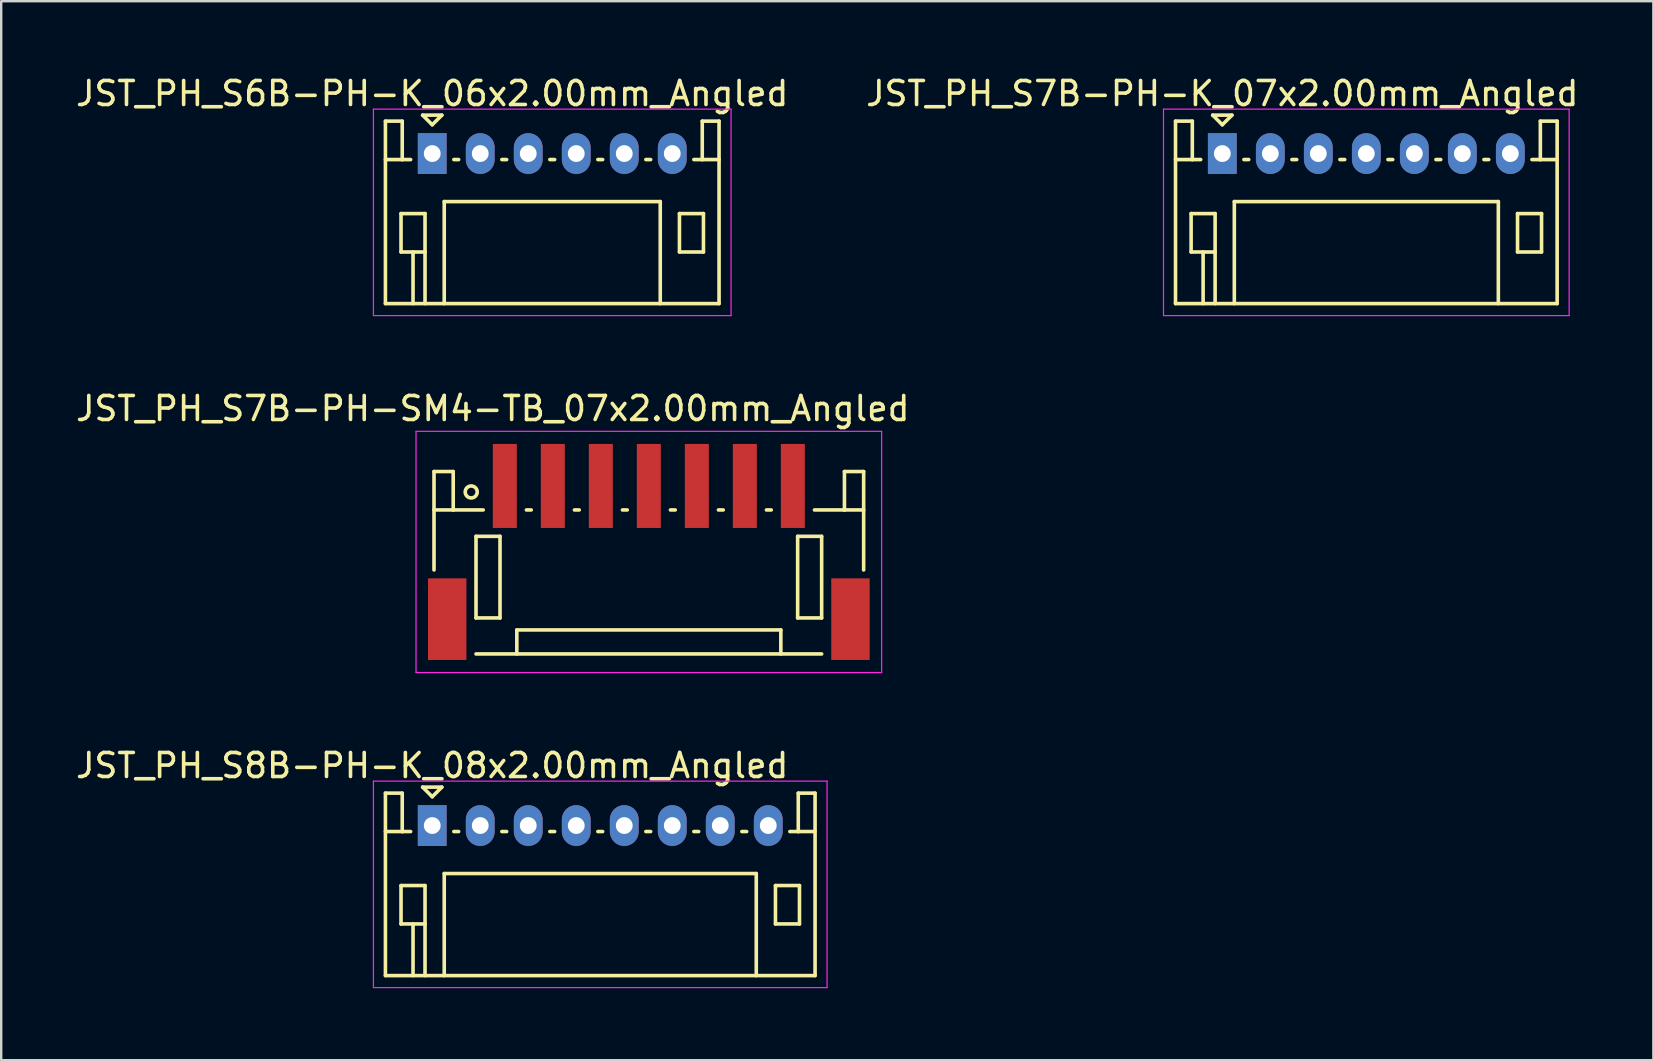
<source format=kicad_pcb>
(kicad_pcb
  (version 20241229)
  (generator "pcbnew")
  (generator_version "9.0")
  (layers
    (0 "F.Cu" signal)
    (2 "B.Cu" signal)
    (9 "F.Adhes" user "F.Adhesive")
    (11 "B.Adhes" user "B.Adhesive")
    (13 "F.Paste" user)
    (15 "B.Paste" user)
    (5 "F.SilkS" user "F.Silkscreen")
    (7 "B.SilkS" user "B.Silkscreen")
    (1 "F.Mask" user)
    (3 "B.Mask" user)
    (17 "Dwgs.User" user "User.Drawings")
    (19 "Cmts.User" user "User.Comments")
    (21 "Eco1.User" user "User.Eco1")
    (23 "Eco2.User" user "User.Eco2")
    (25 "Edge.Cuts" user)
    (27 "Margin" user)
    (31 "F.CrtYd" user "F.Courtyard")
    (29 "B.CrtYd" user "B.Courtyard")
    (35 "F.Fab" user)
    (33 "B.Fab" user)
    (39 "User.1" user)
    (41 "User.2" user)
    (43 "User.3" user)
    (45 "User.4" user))
  (footprint "JST_PH_S6B-PH-K_06x2.00mm_Angled"
    (layer "F.Cu")
    (at 14.958 3.348)
    (property "Reference" "JST_PH_S6B-PH-K_06x2.00mm_Angled" (at 0 -2.5 0) (layer "F.SilkS") (effects (font (size 1 1) (thickness 0.15))))
    (attr through_hole)
    (fp_line (start -1.95 -1.35) (end -1.95 6.25) (stroke (width 0.15) (type solid)) (layer "F.SilkS"))
    (fp_line (start -1.95 0.25) (end -1.25 0.25) (stroke (width 0.15) (type solid)) (layer "F.SilkS"))
    (fp_line (start -1.95 6.25) (end 11.95 6.25) (stroke (width 0.15) (type solid)) (layer "F.SilkS"))
    (fp_line (start -1.3 2.5) (end -1.3 4.1) (stroke (width 0.15) (type solid)) (layer "F.SilkS"))
    (fp_line (start -1.3 4.1) (end -0.3 4.1) (stroke (width 0.15) (type solid)) (layer "F.SilkS"))
    (fp_line (start -1.25 -1.35) (end -1.95 -1.35) (stroke (width 0.15) (type solid)) (layer "F.SilkS"))
    (fp_line (start -1.25 0.25) (end -1.25 -1.35) (stroke (width 0.15) (type solid)) (layer "F.SilkS"))
    (fp_line (start -0.9 0.25) (end -1.25 0.25) (stroke (width 0.15) (type solid)) (layer "F.SilkS"))
    (fp_line (start -0.8 4.1) (end -0.8 6.25) (stroke (width 0.15) (type solid)) (layer "F.SilkS"))
    (fp_line (start -0.4 -1.6) (end 0.4 -1.6) (stroke (width 0.15) (type solid)) (layer "F.SilkS"))
    (fp_line (start -0.3 2.5) (end -1.3 2.5) (stroke (width 0.15) (type solid)) (layer "F.SilkS"))
    (fp_line (start -0.3 4.1) (end -0.3 2.5) (stroke (width 0.15) (type solid)) (layer "F.SilkS"))
    (fp_line (start -0.3 4.1) (end -0.3 6.25) (stroke (width 0.15) (type solid)) (layer "F.SilkS"))
    (fp_line (start 0 -1.2) (end -0.4 -1.6) (stroke (width 0.15) (type solid)) (layer "F.SilkS"))
    (fp_line (start 0.4 -1.6) (end 0 -1.2) (stroke (width 0.15) (type solid)) (layer "F.SilkS"))
    (fp_line (start 0.5 2) (end 9.5 2) (stroke (width 0.15) (type solid)) (layer "F.SilkS"))
    (fp_line (start 0.5 6.25) (end 0.5 2) (stroke (width 0.15) (type solid)) (layer "F.SilkS"))
    (fp_line (start 0.9 0.25) (end 1.1 0.25) (stroke (width 0.15) (type solid)) (layer "F.SilkS"))
    (fp_line (start 2.9 0.25) (end 3.1 0.25) (stroke (width 0.15) (type solid)) (layer "F.SilkS"))
    (fp_line (start 4.9 0.25) (end 5.1 0.25) (stroke (width 0.15) (type solid)) (layer "F.SilkS"))
    (fp_line (start 6.9 0.25) (end 7.1 0.25) (stroke (width 0.15) (type solid)) (layer "F.SilkS"))
    (fp_line (start 8.9 0.25) (end 9.1 0.25) (stroke (width 0.15) (type solid)) (layer "F.SilkS"))
    (fp_line (start 9.5 2) (end 9.5 6.25) (stroke (width 0.15) (type solid)) (layer "F.SilkS"))
    (fp_line (start 10.3 2.5) (end 11.3 2.5) (stroke (width 0.15) (type solid)) (layer "F.SilkS"))
    (fp_line (start 10.3 4.1) (end 10.3 2.5) (stroke (width 0.15) (type solid)) (layer "F.SilkS"))
    (fp_line (start 11.25 -1.35) (end 11.25 0.25) (stroke (width 0.15) (type solid)) (layer "F.SilkS"))
    (fp_line (start 11.25 0.25) (end 10.9 0.25) (stroke (width 0.15) (type solid)) (layer "F.SilkS"))
    (fp_line (start 11.3 2.5) (end 11.3 4.1) (stroke (width 0.15) (type solid)) (layer "F.SilkS"))
    (fp_line (start 11.3 4.1) (end 10.3 4.1) (stroke (width 0.15) (type solid)) (layer "F.SilkS"))
    (fp_line (start 11.95 -1.35) (end 11.25 -1.35) (stroke (width 0.15) (type solid)) (layer "F.SilkS"))
    (fp_line (start 11.95 0.25) (end 11.25 0.25) (stroke (width 0.15) (type solid)) (layer "F.SilkS"))
    (fp_line (start 11.95 6.25) (end 11.95 -1.35) (stroke (width 0.15) (type solid)) (layer "F.SilkS"))
    (fp_line (start -2.45 -1.85) (end 12.45 -1.85) (stroke (width 0.05) (type solid)) (layer "F.CrtYd"))
    (fp_line (start -2.45 6.75) (end -2.45 -1.85) (stroke (width 0.05) (type solid)) (layer "F.CrtYd"))
    (fp_line (start 12.45 -1.85) (end 12.45 6.75) (stroke (width 0.05) (type solid)) (layer "F.CrtYd"))
    (fp_line (start 12.45 6.75) (end -2.45 6.75) (stroke (width 0.05) (type solid)) (layer "F.CrtYd"))
    (pad "1" thru_hole rect (at 0 0) (size 1.2 1.7) (drill 0.7) (layers "*.Cu" "*.Mask"))
    (pad "2" thru_hole oval (at 2 0) (size 1.2 1.7) (drill 0.7) (layers "*.Cu" "*.Mask"))
    (pad "3" thru_hole oval (at 4 0) (size 1.2 1.7) (drill 0.7) (layers "*.Cu" "*.Mask"))
    (pad "4" thru_hole oval (at 6 0) (size 1.2 1.7) (drill 0.7) (layers "*.Cu" "*.Mask"))
    (pad "5" thru_hole oval (at 8 0) (size 1.2 1.7) (drill 0.7) (layers "*.Cu" "*.Mask"))
    (pad "6" thru_hole oval (at 10 0) (size 1.2 1.7) (drill 0.7) (layers "*.Cu" "*.Mask")))
  (footprint "JST_PH_S7B-PH-K_07x2.00mm_Angled"
    (layer "F.Cu")
    (at 47.875 3.348)
    (property "Reference" "JST_PH_S7B-PH-K_07x2.00mm_Angled" (at 0 -2.5 0) (layer "F.SilkS") (effects (font (size 1 1) (thickness 0.15))))
    (attr through_hole)
    (fp_line (start -1.95 -1.35) (end -1.95 6.25) (stroke (width 0.15) (type solid)) (layer "F.SilkS"))
    (fp_line (start -1.95 0.25) (end -1.25 0.25) (stroke (width 0.15) (type solid)) (layer "F.SilkS"))
    (fp_line (start -1.95 6.25) (end 13.95 6.25) (stroke (width 0.15) (type solid)) (layer "F.SilkS"))
    (fp_line (start -1.3 2.5) (end -1.3 4.1) (stroke (width 0.15) (type solid)) (layer "F.SilkS"))
    (fp_line (start -1.3 4.1) (end -0.3 4.1) (stroke (width 0.15) (type solid)) (layer "F.SilkS"))
    (fp_line (start -1.25 -1.35) (end -1.95 -1.35) (stroke (width 0.15) (type solid)) (layer "F.SilkS"))
    (fp_line (start -1.25 0.25) (end -1.25 -1.35) (stroke (width 0.15) (type solid)) (layer "F.SilkS"))
    (fp_line (start -0.9 0.25) (end -1.25 0.25) (stroke (width 0.15) (type solid)) (layer "F.SilkS"))
    (fp_line (start -0.8 4.1) (end -0.8 6.25) (stroke (width 0.15) (type solid)) (layer "F.SilkS"))
    (fp_line (start -0.4 -1.6) (end 0.4 -1.6) (stroke (width 0.15) (type solid)) (layer "F.SilkS"))
    (fp_line (start -0.3 2.5) (end -1.3 2.5) (stroke (width 0.15) (type solid)) (layer "F.SilkS"))
    (fp_line (start -0.3 4.1) (end -0.3 2.5) (stroke (width 0.15) (type solid)) (layer "F.SilkS"))
    (fp_line (start -0.3 4.1) (end -0.3 6.25) (stroke (width 0.15) (type solid)) (layer "F.SilkS"))
    (fp_line (start 0 -1.2) (end -0.4 -1.6) (stroke (width 0.15) (type solid)) (layer "F.SilkS"))
    (fp_line (start 0.4 -1.6) (end 0 -1.2) (stroke (width 0.15) (type solid)) (layer "F.SilkS"))
    (fp_line (start 0.5 2) (end 11.5 2) (stroke (width 0.15) (type solid)) (layer "F.SilkS"))
    (fp_line (start 0.5 6.25) (end 0.5 2) (stroke (width 0.15) (type solid)) (layer "F.SilkS"))
    (fp_line (start 0.9 0.25) (end 1.1 0.25) (stroke (width 0.15) (type solid)) (layer "F.SilkS"))
    (fp_line (start 2.9 0.25) (end 3.1 0.25) (stroke (width 0.15) (type solid)) (layer "F.SilkS"))
    (fp_line (start 4.9 0.25) (end 5.1 0.25) (stroke (width 0.15) (type solid)) (layer "F.SilkS"))
    (fp_line (start 6.9 0.25) (end 7.1 0.25) (stroke (width 0.15) (type solid)) (layer "F.SilkS"))
    (fp_line (start 8.9 0.25) (end 9.1 0.25) (stroke (width 0.15) (type solid)) (layer "F.SilkS"))
    (fp_line (start 10.9 0.25) (end 11.1 0.25) (stroke (width 0.15) (type solid)) (layer "F.SilkS"))
    (fp_line (start 11.5 2) (end 11.5 6.25) (stroke (width 0.15) (type solid)) (layer "F.SilkS"))
    (fp_line (start 12.3 2.5) (end 13.3 2.5) (stroke (width 0.15) (type solid)) (layer "F.SilkS"))
    (fp_line (start 12.3 4.1) (end 12.3 2.5) (stroke (width 0.15) (type solid)) (layer "F.SilkS"))
    (fp_line (start 13.25 -1.35) (end 13.25 0.25) (stroke (width 0.15) (type solid)) (layer "F.SilkS"))
    (fp_line (start 13.25 0.25) (end 12.9 0.25) (stroke (width 0.15) (type solid)) (layer "F.SilkS"))
    (fp_line (start 13.3 2.5) (end 13.3 4.1) (stroke (width 0.15) (type solid)) (layer "F.SilkS"))
    (fp_line (start 13.3 4.1) (end 12.3 4.1) (stroke (width 0.15) (type solid)) (layer "F.SilkS"))
    (fp_line (start 13.95 -1.35) (end 13.25 -1.35) (stroke (width 0.15) (type solid)) (layer "F.SilkS"))
    (fp_line (start 13.95 0.25) (end 13.25 0.25) (stroke (width 0.15) (type solid)) (layer "F.SilkS"))
    (fp_line (start 13.95 6.25) (end 13.95 -1.35) (stroke (width 0.15) (type solid)) (layer "F.SilkS"))
    (fp_line (start -2.45 -1.85) (end 14.45 -1.85) (stroke (width 0.05) (type solid)) (layer "F.CrtYd"))
    (fp_line (start -2.45 6.75) (end -2.45 -1.85) (stroke (width 0.05) (type solid)) (layer "F.CrtYd"))
    (fp_line (start 14.45 -1.85) (end 14.45 6.75) (stroke (width 0.05) (type solid)) (layer "F.CrtYd"))
    (fp_line (start 14.45 6.75) (end -2.45 6.75) (stroke (width 0.05) (type solid)) (layer "F.CrtYd"))
    (pad "1" thru_hole rect (at 0 0) (size 1.2 1.7) (drill 0.7) (layers "*.Cu" "*.Mask"))
    (pad "2" thru_hole oval (at 2 0) (size 1.2 1.7) (drill 0.7) (layers "*.Cu" "*.Mask"))
    (pad "3" thru_hole oval (at 4 0) (size 1.2 1.7) (drill 0.7) (layers "*.Cu" "*.Mask"))
    (pad "4" thru_hole oval (at 6 0) (size 1.2 1.7) (drill 0.7) (layers "*.Cu" "*.Mask"))
    (pad "5" thru_hole oval (at 8 0) (size 1.2 1.7) (drill 0.7) (layers "*.Cu" "*.Mask"))
    (pad "6" thru_hole oval (at 10 0) (size 1.2 1.7) (drill 0.7) (layers "*.Cu" "*.Mask"))
    (pad "7" thru_hole oval (at 12 0) (size 1.2 1.7) (drill 0.7) (layers "*.Cu" "*.Mask")))
  (footprint "JST_PH_S7B-PH-SM4-TB_07x2.00mm_Angled"
    (layer "F.Cu")
    (at 23.982 19.971)
    (property "Reference" "JST_PH_S7B-PH-SM4-TB_07x2.00mm_Angled" (at -6.5 -6 0) (layer "F.SilkS") (effects (font (size 1 1) (thickness 0.15))))
    (attr smd)
    (fp_line (start -8.95 -3.375) (end -8.95 0.725) (stroke (width 0.15) (type solid)) (layer "F.SilkS"))
    (fp_line (start -8.15 -3.375) (end -8.95 -3.375) (stroke (width 0.15) (type solid)) (layer "F.SilkS"))
    (fp_line (start -8.15 -1.775) (end -8.95 -1.775) (stroke (width 0.15) (type solid)) (layer "F.SilkS"))
    (fp_line (start -8.15 -1.775) (end -8.15 -3.375) (stroke (width 0.15) (type solid)) (layer "F.SilkS"))
    (fp_line (start -7.2 -0.675) (end -7.2 2.725) (stroke (width 0.15) (type solid)) (layer "F.SilkS"))
    (fp_line (start -7.2 2.725) (end -6.2 2.725) (stroke (width 0.15) (type solid)) (layer "F.SilkS"))
    (fp_line (start -7.2 4.225) (end 7.2 4.225) (stroke (width 0.15) (type solid)) (layer "F.SilkS"))
    (fp_line (start -6.9 -1.775) (end -8.15 -1.775) (stroke (width 0.15) (type solid)) (layer "F.SilkS"))
    (fp_line (start -6.2 -0.675) (end -7.2 -0.675) (stroke (width 0.15) (type solid)) (layer "F.SilkS"))
    (fp_line (start -6.2 2.725) (end -6.2 -0.675) (stroke (width 0.15) (type solid)) (layer "F.SilkS"))
    (fp_line (start -5.5 3.225) (end 5.5 3.225) (stroke (width 0.15) (type solid)) (layer "F.SilkS"))
    (fp_line (start -5.5 4.225) (end -5.5 3.225) (stroke (width 0.15) (type solid)) (layer "F.SilkS"))
    (fp_line (start -5.1 -1.775) (end -4.9 -1.775) (stroke (width 0.15) (type solid)) (layer "F.SilkS"))
    (fp_line (start -3.1 -1.775) (end -2.9 -1.775) (stroke (width 0.15) (type solid)) (layer "F.SilkS"))
    (fp_line (start -1.1 -1.775) (end -0.9 -1.775) (stroke (width 0.15) (type solid)) (layer "F.SilkS"))
    (fp_line (start 0.9 -1.775) (end 1.1 -1.775) (stroke (width 0.15) (type solid)) (layer "F.SilkS"))
    (fp_line (start 2.9 -1.775) (end 3.1 -1.775) (stroke (width 0.15) (type solid)) (layer "F.SilkS"))
    (fp_line (start 4.9 -1.775) (end 5.1 -1.775) (stroke (width 0.15) (type solid)) (layer "F.SilkS"))
    (fp_line (start 5.5 3.225) (end 5.5 4.225) (stroke (width 0.15) (type solid)) (layer "F.SilkS"))
    (fp_line (start 6.2 -0.675) (end 7.2 -0.675) (stroke (width 0.15) (type solid)) (layer "F.SilkS"))
    (fp_line (start 6.2 2.725) (end 6.2 -0.675) (stroke (width 0.15) (type solid)) (layer "F.SilkS"))
    (fp_line (start 6.9 -1.775) (end 8.15 -1.775) (stroke (width 0.15) (type solid)) (layer "F.SilkS"))
    (fp_line (start 7.2 -0.675) (end 7.2 2.725) (stroke (width 0.15) (type solid)) (layer "F.SilkS"))
    (fp_line (start 7.2 2.725) (end 6.2 2.725) (stroke (width 0.15) (type solid)) (layer "F.SilkS"))
    (fp_line (start 8.15 -3.375) (end 8.95 -3.375) (stroke (width 0.15) (type solid)) (layer "F.SilkS"))
    (fp_line (start 8.15 -1.775) (end 8.15 -3.375) (stroke (width 0.15) (type solid)) (layer "F.SilkS"))
    (fp_line (start 8.15 -1.775) (end 8.95 -1.775) (stroke (width 0.15) (type solid)) (layer "F.SilkS"))
    (fp_line (start 8.95 -3.375) (end 8.95 0.725) (stroke (width 0.15) (type solid)) (layer "F.SilkS"))
    (fp_circle (center -7.4 -2.525) (end -7.15 -2.525) (stroke (width 0.15) (type solid)) (fill no) (layer "F.SilkS"))
    (fp_line (start -9.7 -5.05) (end 9.7 -5.05) (stroke (width 0.05) (type solid)) (layer "F.CrtYd"))
    (fp_line (start -9.7 5) (end -9.7 -5.05) (stroke (width 0.05) (type solid)) (layer "F.CrtYd"))
    (fp_line (start 9.7 -5.05) (end 9.7 5) (stroke (width 0.05) (type solid)) (layer "F.CrtYd"))
    (fp_line (start 9.7 5) (end -9.7 5) (stroke (width 0.05) (type solid)) (layer "F.CrtYd"))
    (pad "" smd rect (at -8.4 2.775) (size 1.6 3.4) (layers "F.Cu" "F.Mask" "F.Paste"))
    (pad "" smd rect (at 8.4 2.775) (size 1.6 3.4) (layers "F.Cu" "F.Mask" "F.Paste"))
    (pad "1" smd rect (at -6 -2.775) (size 1 3.5) (layers "F.Cu" "F.Mask" "F.Paste"))
    (pad "2" smd rect (at -4 -2.775) (size 1 3.5) (layers "F.Cu" "F.Mask" "F.Paste"))
    (pad "3" smd rect (at -2 -2.775) (size 1 3.5) (layers "F.Cu" "F.Mask" "F.Paste"))
    (pad "4" smd rect (at 0 -2.775) (size 1 3.5) (layers "F.Cu" "F.Mask" "F.Paste"))
    (pad "5" smd rect (at 2 -2.775) (size 1 3.5) (layers "F.Cu" "F.Mask" "F.Paste"))
    (pad "6" smd rect (at 4 -2.775) (size 1 3.5) (layers "F.Cu" "F.Mask" "F.Paste"))
    (pad "7" smd rect (at 6 -2.775) (size 1 3.5) (layers "F.Cu" "F.Mask" "F.Paste")))
  (footprint "JST_PH_S8B-PH-K_08x2.00mm_Angled"
    (layer "F.Cu")
    (at 14.958 31.345)
    (property "Reference" "JST_PH_S8B-PH-K_08x2.00mm_Angled" (at 0 -2.5 0) (layer "F.SilkS") (effects (font (size 1 1) (thickness 0.15))))
    (attr through_hole)
    (fp_line (start -1.95 -1.35) (end -1.95 6.25) (stroke (width 0.15) (type solid)) (layer "F.SilkS"))
    (fp_line (start -1.95 0.25) (end -1.25 0.25) (stroke (width 0.15) (type solid)) (layer "F.SilkS"))
    (fp_line (start -1.95 6.25) (end 15.95 6.25) (stroke (width 0.15) (type solid)) (layer "F.SilkS"))
    (fp_line (start -1.3 2.5) (end -1.3 4.1) (stroke (width 0.15) (type solid)) (layer "F.SilkS"))
    (fp_line (start -1.3 4.1) (end -0.3 4.1) (stroke (width 0.15) (type solid)) (layer "F.SilkS"))
    (fp_line (start -1.25 -1.35) (end -1.95 -1.35) (stroke (width 0.15) (type solid)) (layer "F.SilkS"))
    (fp_line (start -1.25 0.25) (end -1.25 -1.35) (stroke (width 0.15) (type solid)) (layer "F.SilkS"))
    (fp_line (start -0.9 0.25) (end -1.25 0.25) (stroke (width 0.15) (type solid)) (layer "F.SilkS"))
    (fp_line (start -0.8 4.1) (end -0.8 6.25) (stroke (width 0.15) (type solid)) (layer "F.SilkS"))
    (fp_line (start -0.4 -1.6) (end 0.4 -1.6) (stroke (width 0.15) (type solid)) (layer "F.SilkS"))
    (fp_line (start -0.3 2.5) (end -1.3 2.5) (stroke (width 0.15) (type solid)) (layer "F.SilkS"))
    (fp_line (start -0.3 4.1) (end -0.3 2.5) (stroke (width 0.15) (type solid)) (layer "F.SilkS"))
    (fp_line (start -0.3 4.1) (end -0.3 6.25) (stroke (width 0.15) (type solid)) (layer "F.SilkS"))
    (fp_line (start 0 -1.2) (end -0.4 -1.6) (stroke (width 0.15) (type solid)) (layer "F.SilkS"))
    (fp_line (start 0.4 -1.6) (end 0 -1.2) (stroke (width 0.15) (type solid)) (layer "F.SilkS"))
    (fp_line (start 0.5 2) (end 13.5 2) (stroke (width 0.15) (type solid)) (layer "F.SilkS"))
    (fp_line (start 0.5 6.25) (end 0.5 2) (stroke (width 0.15) (type solid)) (layer "F.SilkS"))
    (fp_line (start 0.9 0.25) (end 1.1 0.25) (stroke (width 0.15) (type solid)) (layer "F.SilkS"))
    (fp_line (start 2.9 0.25) (end 3.1 0.25) (stroke (width 0.15) (type solid)) (layer "F.SilkS"))
    (fp_line (start 4.9 0.25) (end 5.1 0.25) (stroke (width 0.15) (type solid)) (layer "F.SilkS"))
    (fp_line (start 6.9 0.25) (end 7.1 0.25) (stroke (width 0.15) (type solid)) (layer "F.SilkS"))
    (fp_line (start 8.9 0.25) (end 9.1 0.25) (stroke (width 0.15) (type solid)) (layer "F.SilkS"))
    (fp_line (start 10.9 0.25) (end 11.1 0.25) (stroke (width 0.15) (type solid)) (layer "F.SilkS"))
    (fp_line (start 12.9 0.25) (end 13.1 0.25) (stroke (width 0.15) (type solid)) (layer "F.SilkS"))
    (fp_line (start 13.5 2) (end 13.5 6.25) (stroke (width 0.15) (type solid)) (layer "F.SilkS"))
    (fp_line (start 14.3 2.5) (end 15.3 2.5) (stroke (width 0.15) (type solid)) (layer "F.SilkS"))
    (fp_line (start 14.3 4.1) (end 14.3 2.5) (stroke (width 0.15) (type solid)) (layer "F.SilkS"))
    (fp_line (start 15.25 -1.35) (end 15.25 0.25) (stroke (width 0.15) (type solid)) (layer "F.SilkS"))
    (fp_line (start 15.25 0.25) (end 14.9 0.25) (stroke (width 0.15) (type solid)) (layer "F.SilkS"))
    (fp_line (start 15.3 2.5) (end 15.3 4.1) (stroke (width 0.15) (type solid)) (layer "F.SilkS"))
    (fp_line (start 15.3 4.1) (end 14.3 4.1) (stroke (width 0.15) (type solid)) (layer "F.SilkS"))
    (fp_line (start 15.95 -1.35) (end 15.25 -1.35) (stroke (width 0.15) (type solid)) (layer "F.SilkS"))
    (fp_line (start 15.95 0.25) (end 15.25 0.25) (stroke (width 0.15) (type solid)) (layer "F.SilkS"))
    (fp_line (start 15.95 6.25) (end 15.95 -1.35) (stroke (width 0.15) (type solid)) (layer "F.SilkS"))
    (fp_line (start -2.45 -1.85) (end 16.45 -1.85) (stroke (width 0.05) (type solid)) (layer "F.CrtYd"))
    (fp_line (start -2.45 6.75) (end -2.45 -1.85) (stroke (width 0.05) (type solid)) (layer "F.CrtYd"))
    (fp_line (start 16.45 -1.85) (end 16.45 6.75) (stroke (width 0.05) (type solid)) (layer "F.CrtYd"))
    (fp_line (start 16.45 6.75) (end -2.45 6.75) (stroke (width 0.05) (type solid)) (layer "F.CrtYd"))
    (pad "1" thru_hole rect (at 0 0) (size 1.2 1.7) (drill 0.7) (layers "*.Cu" "*.Mask"))
    (pad "2" thru_hole oval (at 2 0) (size 1.2 1.7) (drill 0.7) (layers "*.Cu" "*.Mask"))
    (pad "3" thru_hole oval (at 4 0) (size 1.2 1.7) (drill 0.7) (layers "*.Cu" "*.Mask"))
    (pad "4" thru_hole oval (at 6 0) (size 1.2 1.7) (drill 0.7) (layers "*.Cu" "*.Mask"))
    (pad "5" thru_hole oval (at 8 0) (size 1.2 1.7) (drill 0.7) (layers "*.Cu" "*.Mask"))
    (pad "6" thru_hole oval (at 10 0) (size 1.2 1.7) (drill 0.7) (layers "*.Cu" "*.Mask"))
    (pad "7" thru_hole oval (at 12 0) (size 1.2 1.7) (drill 0.7) (layers "*.Cu" "*.Mask"))
    (pad "8" thru_hole oval (at 14 0) (size 1.2 1.7) (drill 0.7) (layers "*.Cu" "*.Mask")))
  (gr_rect
    (start -3 -3)
    (end 65.833 41.12)
    (stroke (width 0.1) (type default))
    (fill no)
    (layer "Edge.Cuts")))
</source>
